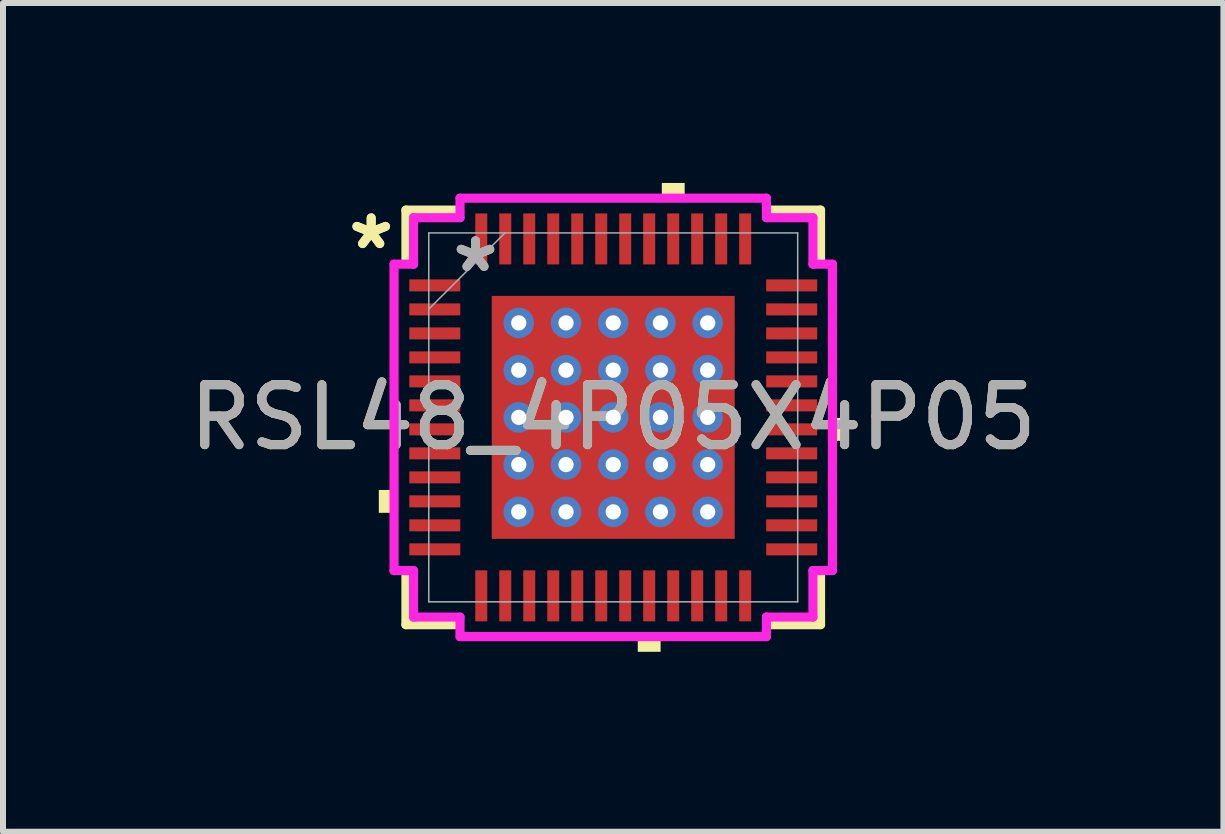
<source format=kicad_pcb>
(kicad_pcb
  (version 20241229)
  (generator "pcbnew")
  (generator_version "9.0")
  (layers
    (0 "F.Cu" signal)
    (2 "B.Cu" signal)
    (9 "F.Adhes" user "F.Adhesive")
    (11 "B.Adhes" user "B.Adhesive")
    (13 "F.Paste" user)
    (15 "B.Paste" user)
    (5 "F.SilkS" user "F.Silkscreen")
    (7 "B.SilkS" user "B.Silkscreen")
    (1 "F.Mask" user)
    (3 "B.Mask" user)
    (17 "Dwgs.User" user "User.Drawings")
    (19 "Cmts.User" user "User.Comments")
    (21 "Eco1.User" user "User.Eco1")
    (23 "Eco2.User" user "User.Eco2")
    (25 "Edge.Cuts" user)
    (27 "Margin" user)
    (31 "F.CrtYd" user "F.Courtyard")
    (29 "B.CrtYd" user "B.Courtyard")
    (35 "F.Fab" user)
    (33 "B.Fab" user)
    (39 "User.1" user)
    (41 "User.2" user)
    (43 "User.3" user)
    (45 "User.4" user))
  (footprint "RSL48_4P05X4P05"
    (layer "F.Cu")
    (at 7.173 3.908)
    (property "Reference" "RSL48_4P05X4P05" (at 0 0 0) (unlocked yes) (layer "F.SilkS") (effects (font (size 1 1) (thickness 0.15))))
    (attr smd)
    (fp_poly (pts (xy -2.088 -2.088) (xy -1.775 -2.088) (xy -1.775 2.088) (xy -2.088 2.088)) (stroke (width 0) (type solid)) (fill yes) (layer "F.Mask"))
    (fp_poly (pts (xy -2.088 -2.088) (xy 2.088 -2.088) (xy 2.088 -1.775) (xy -2.088 -1.775)) (stroke (width 0) (type solid)) (fill yes) (layer "F.Mask"))
    (fp_poly (pts (xy -2.088 -1.375) (xy 2.088 -1.375) (xy 2.088 -0.987) (xy -2.088 -0.987)) (stroke (width 0) (type solid)) (fill yes) (layer "F.Mask"))
    (fp_poly (pts (xy -2.088 -0.587) (xy 2.088 -0.587) (xy 2.088 -0.2) (xy -2.088 -0.2)) (stroke (width 0) (type solid)) (fill yes) (layer "F.Mask"))
    (fp_poly (pts (xy -2.088 0.2) (xy 2.088 0.2) (xy 2.088 0.587) (xy -2.088 0.587)) (stroke (width 0) (type solid)) (fill yes) (layer "F.Mask"))
    (fp_poly (pts (xy -2.088 0.987) (xy 2.088 0.987) (xy 2.088 1.375) (xy -2.088 1.375)) (stroke (width 0) (type solid)) (fill yes) (layer "F.Mask"))
    (fp_poly (pts (xy -2.088 1.775) (xy 2.088 1.775) (xy 2.088 2.088) (xy -2.088 2.088)) (stroke (width 0) (type solid)) (fill yes) (layer "F.Mask"))
    (fp_poly (pts (xy -0.987 -2.088) (xy -1.375 -2.088) (xy -1.375 2.088) (xy -0.987 2.088)) (stroke (width 0) (type solid)) (fill yes) (layer "F.Mask"))
    (fp_poly (pts (xy -0.2 -2.088) (xy -0.587 -2.088) (xy -0.587 2.088) (xy -0.2 2.088)) (stroke (width 0) (type solid)) (fill yes) (layer "F.Mask"))
    (fp_poly (pts (xy 0.587 -2.088) (xy 0.2 -2.088) (xy 0.2 2.088) (xy 0.587 2.088)) (stroke (width 0) (type solid)) (fill yes) (layer "F.Mask"))
    (fp_poly (pts (xy 1.375 -2.088) (xy 0.987 -2.088) (xy 0.987 2.088) (xy 1.375 2.088)) (stroke (width 0) (type solid)) (fill yes) (layer "F.Mask"))
    (fp_poly (pts (xy 1.775 -2.088) (xy 2.088 -2.088) (xy 2.088 2.088) (xy 1.775 2.088)) (stroke (width 0) (type solid)) (fill yes) (layer "F.Mask"))
    (fp_line (start -3.456 -3.456) (end -3.456 -2.628) (stroke (width 0.152) (type solid)) (layer "F.SilkS"))
    (fp_line (start -3.456 2.628) (end -3.456 3.456) (stroke (width 0.152) (type solid)) (layer "F.SilkS"))
    (fp_line (start -3.456 3.456) (end -2.628 3.456) (stroke (width 0.152) (type solid)) (layer "F.SilkS"))
    (fp_line (start -2.628 -3.456) (end -3.456 -3.456) (stroke (width 0.152) (type solid)) (layer "F.SilkS"))
    (fp_line (start 2.628 3.456) (end 3.456 3.456) (stroke (width 0.152) (type solid)) (layer "F.SilkS"))
    (fp_line (start 3.456 -3.456) (end 2.628 -3.456) (stroke (width 0.152) (type solid)) (layer "F.SilkS"))
    (fp_line (start 3.456 -2.628) (end 3.456 -3.456) (stroke (width 0.152) (type solid)) (layer "F.SilkS"))
    (fp_line (start 3.456 3.456) (end 3.456 2.628) (stroke (width 0.152) (type solid)) (layer "F.SilkS"))
    (fp_poly (pts (xy -3.908 1.21) (xy -3.908 1.591) (xy -3.654 1.591) (xy -3.654 1.21)) (stroke (width 0) (type solid)) (fill yes) (layer "F.SilkS"))
    (fp_poly (pts (xy 0.409 3.654) (xy 0.409 3.908) (xy 0.79 3.908) (xy 0.79 3.654)) (stroke (width 0) (type solid)) (fill yes) (layer "F.SilkS"))
    (fp_poly (pts (xy 0.81 -3.654) (xy 0.81 -3.908) (xy 1.191 -3.908) (xy 1.191 -3.654)) (stroke (width 0) (type solid)) (fill yes) (layer "F.SilkS"))
    (fp_poly (pts (xy 3.908 0.009) (xy 3.908 0.391) (xy 3.654 0.391) (xy 3.654 0.009)) (stroke (width 0) (type solid)) (fill yes) (layer "F.SilkS"))
    (fp_poly (pts (xy -1.95 -1.95) (xy -1.95 -1.675) (xy -1.816 -1.675) (xy -1.675 -1.816) (xy -1.675 -1.95)) (stroke (width 0) (type solid)) (fill yes) (layer "F.Paste"))
    (fp_poly (pts (xy -1.95 1.675) (xy -1.95 1.95) (xy -1.675 1.95) (xy -1.675 1.816) (xy -1.816 1.675)) (stroke (width 0) (type solid)) (fill yes) (layer "F.Paste"))
    (fp_poly (pts (xy 1.675 -1.95) (xy 1.675 -1.816) (xy 1.816 -1.675) (xy 1.95 -1.675) (xy 1.95 -1.95)) (stroke (width 0) (type solid)) (fill yes) (layer "F.Paste"))
    (fp_poly (pts (xy 1.816 1.675) (xy 1.675 1.816) (xy 1.675 1.95) (xy 1.95 1.95) (xy 1.95 1.675)) (stroke (width 0) (type solid)) (fill yes) (layer "F.Paste"))
    (fp_poly (pts (xy -1.95 -1.475) (xy -1.95 -0.887) (xy -1.816 -0.887) (xy -1.675 -1.029) (xy -1.675 -1.333) (xy -1.816 -1.475)) (stroke (width 0) (type solid)) (fill yes) (layer "F.Paste"))
    (fp_poly (pts (xy -1.95 -0.687) (xy -1.95 -0.1) (xy -1.816 -0.1) (xy -1.675 -0.241) (xy -1.675 -0.546) (xy -1.816 -0.687)) (stroke (width 0) (type solid)) (fill yes) (layer "F.Paste"))
    (fp_poly (pts (xy -1.95 0.1) (xy -1.95 0.687) (xy -1.816 0.687) (xy -1.675 0.546) (xy -1.675 0.241) (xy -1.816 0.1)) (stroke (width 0) (type solid)) (fill yes) (layer "F.Paste"))
    (fp_poly (pts (xy -1.95 0.887) (xy -1.95 1.475) (xy -1.816 1.475) (xy -1.675 1.333) (xy -1.675 1.029) (xy -1.816 0.887)) (stroke (width 0) (type solid)) (fill yes) (layer "F.Paste"))
    (fp_poly (pts (xy -1.475 -1.95) (xy -1.475 -1.816) (xy -1.333 -1.675) (xy -1.029 -1.675) (xy -0.887 -1.816) (xy -0.887 -1.95)) (stroke (width 0) (type solid)) (fill yes) (layer "F.Paste"))
    (fp_poly (pts (xy -1.333 1.675) (xy -1.475 1.816) (xy -1.475 1.95) (xy -0.887 1.95) (xy -0.887 1.816) (xy -1.029 1.675)) (stroke (width 0) (type solid)) (fill yes) (layer "F.Paste"))
    (fp_poly (pts (xy -0.687 -1.95) (xy -0.687 -1.816) (xy -0.546 -1.675) (xy -0.241 -1.675) (xy -0.1 -1.816) (xy -0.1 -1.95)) (stroke (width 0) (type solid)) (fill yes) (layer "F.Paste"))
    (fp_poly (pts (xy -0.546 1.675) (xy -0.687 1.816) (xy -0.687 1.95) (xy -0.1 1.95) (xy -0.1 1.816) (xy -0.241 1.675)) (stroke (width 0) (type solid)) (fill yes) (layer "F.Paste"))
    (fp_poly (pts (xy 0.1 -1.95) (xy 0.1 -1.816) (xy 0.241 -1.675) (xy 0.546 -1.675) (xy 0.687 -1.816) (xy 0.687 -1.95)) (stroke (width 0) (type solid)) (fill yes) (layer "F.Paste"))
    (fp_poly (pts (xy 0.241 1.675) (xy 0.1 1.816) (xy 0.1 1.95) (xy 0.687 1.95) (xy 0.687 1.816) (xy 0.546 1.675)) (stroke (width 0) (type solid)) (fill yes) (layer "F.Paste"))
    (fp_poly (pts (xy 0.887 -1.95) (xy 0.887 -1.816) (xy 1.029 -1.675) (xy 1.333 -1.675) (xy 1.475 -1.816) (xy 1.475 -1.95)) (stroke (width 0) (type solid)) (fill yes) (layer "F.Paste"))
    (fp_poly (pts (xy 1.029 1.675) (xy 0.887 1.816) (xy 0.887 1.95) (xy 1.475 1.95) (xy 1.475 1.816) (xy 1.333 1.675)) (stroke (width 0) (type solid)) (fill yes) (layer "F.Paste"))
    (fp_poly (pts (xy 1.816 -1.475) (xy 1.675 -1.333) (xy 1.675 -1.029) (xy 1.816 -0.887) (xy 1.95 -0.887) (xy 1.95 -1.475)) (stroke (width 0) (type solid)) (fill yes) (layer "F.Paste"))
    (fp_poly (pts (xy 1.816 -0.687) (xy 1.675 -0.546) (xy 1.675 -0.241) (xy 1.816 -0.1) (xy 1.95 -0.1) (xy 1.95 -0.687)) (stroke (width 0) (type solid)) (fill yes) (layer "F.Paste"))
    (fp_poly (pts (xy 1.816 0.1) (xy 1.675 0.241) (xy 1.675 0.546) (xy 1.816 0.687) (xy 1.95 0.687) (xy 1.95 0.1)) (stroke (width 0) (type solid)) (fill yes) (layer "F.Paste"))
    (fp_poly (pts (xy 1.816 0.887) (xy 1.675 1.029) (xy 1.675 1.333) (xy 1.816 1.475) (xy 1.95 1.475) (xy 1.95 0.887)) (stroke (width 0) (type solid)) (fill yes) (layer "F.Paste"))
    (fp_poly (pts (xy -1.333 -1.475) (xy -1.475 -1.333) (xy -1.475 -1.029) (xy -1.333 -0.887) (xy -1.029 -0.887) (xy -0.887 -1.029) (xy -0.887 -1.333) (xy -1.029 -1.475)) (stroke (width 0) (type solid)) (fill yes) (layer "F.Paste"))
    (fp_poly (pts (xy -1.333 -0.687) (xy -1.475 -0.546) (xy -1.475 -0.241) (xy -1.333 -0.1) (xy -1.029 -0.1) (xy -0.887 -0.241) (xy -0.887 -0.546) (xy -1.029 -0.687)) (stroke (width 0) (type solid)) (fill yes) (layer "F.Paste"))
    (fp_poly (pts (xy -1.333 0.1) (xy -1.475 0.241) (xy -1.475 0.546) (xy -1.333 0.687) (xy -1.029 0.687) (xy -0.887 0.546) (xy -0.887 0.241) (xy -1.029 0.1)) (stroke (width 0) (type solid)) (fill yes) (layer "F.Paste"))
    (fp_poly (pts (xy -1.333 0.887) (xy -1.475 1.029) (xy -1.475 1.333) (xy -1.333 1.475) (xy -1.029 1.475) (xy -0.887 1.333) (xy -0.887 1.029) (xy -1.029 0.887)) (stroke (width 0) (type solid)) (fill yes) (layer "F.Paste"))
    (fp_poly (pts (xy -0.546 -1.475) (xy -0.687 -1.333) (xy -0.687 -1.029) (xy -0.546 -0.887) (xy -0.241 -0.887) (xy -0.1 -1.029) (xy -0.1 -1.333) (xy -0.241 -1.475)) (stroke (width 0) (type solid)) (fill yes) (layer "F.Paste"))
    (fp_poly (pts (xy -0.546 -0.687) (xy -0.687 -0.546) (xy -0.687 -0.241) (xy -0.546 -0.1) (xy -0.241 -0.1) (xy -0.1 -0.241) (xy -0.1 -0.546) (xy -0.241 -0.687)) (stroke (width 0) (type solid)) (fill yes) (layer "F.Paste"))
    (fp_poly (pts (xy -0.546 0.1) (xy -0.687 0.241) (xy -0.687 0.546) (xy -0.546 0.687) (xy -0.241 0.687) (xy -0.1 0.546) (xy -0.1 0.241) (xy -0.241 0.1)) (stroke (width 0) (type solid)) (fill yes) (layer "F.Paste"))
    (fp_poly (pts (xy -0.546 0.887) (xy -0.687 1.029) (xy -0.687 1.333) (xy -0.546 1.475) (xy -0.241 1.475) (xy -0.1 1.333) (xy -0.1 1.029) (xy -0.241 0.887)) (stroke (width 0) (type solid)) (fill yes) (layer "F.Paste"))
    (fp_poly (pts (xy 0.241 -1.475) (xy 0.1 -1.333) (xy 0.1 -1.029) (xy 0.241 -0.887) (xy 0.546 -0.887) (xy 0.687 -1.029) (xy 0.687 -1.333) (xy 0.546 -1.475)) (stroke (width 0) (type solid)) (fill yes) (layer "F.Paste"))
    (fp_poly (pts (xy 0.241 -0.687) (xy 0.1 -0.546) (xy 0.1 -0.241) (xy 0.241 -0.1) (xy 0.546 -0.1) (xy 0.687 -0.241) (xy 0.687 -0.546) (xy 0.546 -0.687)) (stroke (width 0) (type solid)) (fill yes) (layer "F.Paste"))
    (fp_poly (pts (xy 0.241 0.1) (xy 0.1 0.241) (xy 0.1 0.546) (xy 0.241 0.687) (xy 0.546 0.687) (xy 0.687 0.546) (xy 0.687 0.241) (xy 0.546 0.1)) (stroke (width 0) (type solid)) (fill yes) (layer "F.Paste"))
    (fp_poly (pts (xy 0.241 0.887) (xy 0.1 1.029) (xy 0.1 1.333) (xy 0.241 1.475) (xy 0.546 1.475) (xy 0.687 1.333) (xy 0.687 1.029) (xy 0.546 0.887)) (stroke (width 0) (type solid)) (fill yes) (layer "F.Paste"))
    (fp_poly (pts (xy 1.029 -1.475) (xy 0.887 -1.333) (xy 0.887 -1.029) (xy 1.029 -0.887) (xy 1.333 -0.887) (xy 1.475 -1.029) (xy 1.475 -1.333) (xy 1.333 -1.475)) (stroke (width 0) (type solid)) (fill yes) (layer "F.Paste"))
    (fp_poly (pts (xy 1.029 -0.687) (xy 0.887 -0.546) (xy 0.887 -0.241) (xy 1.029 -0.1) (xy 1.333 -0.1) (xy 1.475 -0.241) (xy 1.475 -0.546) (xy 1.333 -0.687)) (stroke (width 0) (type solid)) (fill yes) (layer "F.Paste"))
    (fp_poly (pts (xy 1.029 0.1) (xy 0.887 0.241) (xy 0.887 0.546) (xy 1.029 0.687) (xy 1.333 0.687) (xy 1.475 0.546) (xy 1.475 0.241) (xy 1.333 0.1)) (stroke (width 0) (type solid)) (fill yes) (layer "F.Paste"))
    (fp_poly (pts (xy 1.029 0.887) (xy 0.887 1.029) (xy 0.887 1.333) (xy 1.029 1.475) (xy 1.333 1.475) (xy 1.475 1.333) (xy 1.475 1.029) (xy 1.333 0.887)) (stroke (width 0) (type solid)) (fill yes) (layer "F.Paste"))
    (fp_line (start -3.654 -2.554) (end -3.329 -2.554) (stroke (width 0.152) (type solid)) (layer "F.CrtYd"))
    (fp_line (start -3.654 2.554) (end -3.654 -2.554) (stroke (width 0.152) (type solid)) (layer "F.CrtYd"))
    (fp_line (start -3.329 -3.329) (end -2.554 -3.329) (stroke (width 0.152) (type solid)) (layer "F.CrtYd"))
    (fp_line (start -3.329 -2.554) (end -3.329 -3.329) (stroke (width 0.152) (type solid)) (layer "F.CrtYd"))
    (fp_line (start -3.329 2.554) (end -3.654 2.554) (stroke (width 0.152) (type solid)) (layer "F.CrtYd"))
    (fp_line (start -3.329 3.329) (end -3.329 2.554) (stroke (width 0.152) (type solid)) (layer "F.CrtYd"))
    (fp_line (start -2.554 -3.654) (end 2.554 -3.654) (stroke (width 0.152) (type solid)) (layer "F.CrtYd"))
    (fp_line (start -2.554 -3.329) (end -2.554 -3.654) (stroke (width 0.152) (type solid)) (layer "F.CrtYd"))
    (fp_line (start -2.554 3.329) (end -3.329 3.329) (stroke (width 0.152) (type solid)) (layer "F.CrtYd"))
    (fp_line (start -2.554 3.654) (end -2.554 3.329) (stroke (width 0.152) (type solid)) (layer "F.CrtYd"))
    (fp_line (start 2.554 -3.654) (end 2.554 -3.329) (stroke (width 0.152) (type solid)) (layer "F.CrtYd"))
    (fp_line (start 2.554 -3.329) (end 3.329 -3.329) (stroke (width 0.152) (type solid)) (layer "F.CrtYd"))
    (fp_line (start 2.554 3.329) (end 2.554 3.654) (stroke (width 0.152) (type solid)) (layer "F.CrtYd"))
    (fp_line (start 2.554 3.654) (end -2.554 3.654) (stroke (width 0.152) (type solid)) (layer "F.CrtYd"))
    (fp_line (start 3.329 -3.329) (end 3.329 -2.554) (stroke (width 0.152) (type solid)) (layer "F.CrtYd"))
    (fp_line (start 3.329 -2.554) (end 3.654 -2.554) (stroke (width 0.152) (type solid)) (layer "F.CrtYd"))
    (fp_line (start 3.329 2.554) (end 3.329 3.329) (stroke (width 0.152) (type solid)) (layer "F.CrtYd"))
    (fp_line (start 3.329 3.329) (end 2.554 3.329) (stroke (width 0.152) (type solid)) (layer "F.CrtYd"))
    (fp_line (start 3.654 -2.554) (end 3.654 2.554) (stroke (width 0.152) (type solid)) (layer "F.CrtYd"))
    (fp_line (start 3.654 2.554) (end 3.329 2.554) (stroke (width 0.152) (type solid)) (layer "F.CrtYd"))
    (fp_line (start -3.075 -3.075) (end -3.075 3.075) (stroke (width 0.025) (type solid)) (layer "F.Fab"))
    (fp_line (start -3.075 -1.805) (end -1.805 -3.075) (stroke (width 0.025) (type solid)) (layer "F.Fab"))
    (fp_line (start -3.075 3.075) (end 3.075 3.075) (stroke (width 0.025) (type solid)) (layer "F.Fab"))
    (fp_line (start 3.075 -3.075) (end -3.075 -3.075) (stroke (width 0.025) (type solid)) (layer "F.Fab"))
    (fp_line (start 3.075 3.075) (end 3.075 -3.075) (stroke (width 0.025) (type solid)) (layer "F.Fab"))
    (fp_text user "*" (at -4.035 -2.781 0) (layer "F.SilkS") (effects (font (size 1 1) (thickness 0.15))))
    (fp_text user "*" (at -4.035 -2.781 0) (unlocked yes) (layer "F.SilkS") (effects (font (size 1 1) (thickness 0.15))))
    (fp_text user "*" (at -2.296 -2.4 0) (unlocked yes) (layer "F.Fab") (effects (font (size 1 1) (thickness 0.15))))
    (fp_text user "*" (at -2.296 -2.4 0) (layer "F.Fab") (effects (font (size 1 1) (thickness 0.15))))
    (fp_text user "${REFERENCE}" (at 0 0 0) (unlocked yes) (layer "F.Fab") (effects (font (size 1 1) (thickness 0.15))))
    (pad "1" smd rect (at -2.975 -2.2 90) (size 0.2 0.85) (layers "F.Cu" "F.Mask" "F.Paste"))
    (pad "2" smd rect (at -2.975 -1.8 90) (size 0.2 0.85) (layers "F.Cu" "F.Mask" "F.Paste"))
    (pad "3" smd rect (at -2.975 -1.4 90) (size 0.2 0.85) (layers "F.Cu" "F.Mask" "F.Paste"))
    (pad "4" smd rect (at -2.975 -1 90) (size 0.2 0.85) (layers "F.Cu" "F.Mask" "F.Paste"))
    (pad "5" smd rect (at -2.975 -0.6 90) (size 0.2 0.85) (layers "F.Cu" "F.Mask" "F.Paste"))
    (pad "6" smd rect (at -2.975 -0.2 90) (size 0.2 0.85) (layers "F.Cu" "F.Mask" "F.Paste"))
    (pad "7" smd rect (at -2.975 0.2 90) (size 0.2 0.85) (layers "F.Cu" "F.Mask" "F.Paste"))
    (pad "8" smd rect (at -2.975 0.6 90) (size 0.2 0.85) (layers "F.Cu" "F.Mask" "F.Paste"))
    (pad "9" smd rect (at -2.975 1 90) (size 0.2 0.85) (layers "F.Cu" "F.Mask" "F.Paste"))
    (pad "10" smd rect (at -2.975 1.4 90) (size 0.2 0.85) (layers "F.Cu" "F.Mask" "F.Paste"))
    (pad "11" smd rect (at -2.975 1.8 90) (size 0.2 0.85) (layers "F.Cu" "F.Mask" "F.Paste"))
    (pad "12" smd rect (at -2.975 2.2 90) (size 0.2 0.85) (layers "F.Cu" "F.Mask" "F.Paste"))
    (pad "13" smd rect (at -2.2 2.975) (size 0.2 0.85) (layers "F.Cu" "F.Mask" "F.Paste"))
    (pad "14" smd rect (at -1.8 2.975) (size 0.2 0.85) (layers "F.Cu" "F.Mask" "F.Paste"))
    (pad "15" smd rect (at -1.4 2.975) (size 0.2 0.85) (layers "F.Cu" "F.Mask" "F.Paste"))
    (pad "16" smd rect (at -1 2.975) (size 0.2 0.85) (layers "F.Cu" "F.Mask" "F.Paste"))
    (pad "17" smd rect (at -0.6 2.975) (size 0.2 0.85) (layers "F.Cu" "F.Mask" "F.Paste"))
    (pad "18" smd rect (at -0.2 2.975) (size 0.2 0.85) (layers "F.Cu" "F.Mask" "F.Paste"))
    (pad "19" smd rect (at 0.2 2.975) (size 0.2 0.85) (layers "F.Cu" "F.Mask" "F.Paste"))
    (pad "20" smd rect (at 0.6 2.975) (size 0.2 0.85) (layers "F.Cu" "F.Mask" "F.Paste"))
    (pad "21" smd rect (at 1 2.975) (size 0.2 0.85) (layers "F.Cu" "F.Mask" "F.Paste"))
    (pad "22" smd rect (at 1.4 2.975) (size 0.2 0.85) (layers "F.Cu" "F.Mask" "F.Paste"))
    (pad "23" smd rect (at 1.8 2.975) (size 0.2 0.85) (layers "F.Cu" "F.Mask" "F.Paste"))
    (pad "24" smd rect (at 2.2 2.975) (size 0.2 0.85) (layers "F.Cu" "F.Mask" "F.Paste"))
    (pad "25" smd rect (at 2.975 2.2 90) (size 0.2 0.85) (layers "F.Cu" "F.Mask" "F.Paste"))
    (pad "26" smd rect (at 2.975 1.8 90) (size 0.2 0.85) (layers "F.Cu" "F.Mask" "F.Paste"))
    (pad "27" smd rect (at 2.975 1.4 90) (size 0.2 0.85) (layers "F.Cu" "F.Mask" "F.Paste"))
    (pad "28" smd rect (at 2.975 1 90) (size 0.2 0.85) (layers "F.Cu" "F.Mask" "F.Paste"))
    (pad "29" smd rect (at 2.975 0.6 90) (size 0.2 0.85) (layers "F.Cu" "F.Mask" "F.Paste"))
    (pad "30" smd rect (at 2.975 0.2 90) (size 0.2 0.85) (layers "F.Cu" "F.Mask" "F.Paste"))
    (pad "31" smd rect (at 2.975 -0.2 90) (size 0.2 0.85) (layers "F.Cu" "F.Mask" "F.Paste"))
    (pad "32" smd rect (at 2.975 -0.6 90) (size 0.2 0.85) (layers "F.Cu" "F.Mask" "F.Paste"))
    (pad "33" smd rect (at 2.975 -1 90) (size 0.2 0.85) (layers "F.Cu" "F.Mask" "F.Paste"))
    (pad "34" smd rect (at 2.975 -1.4 90) (size 0.2 0.85) (layers "F.Cu" "F.Mask" "F.Paste"))
    (pad "35" smd rect (at 2.975 -1.8 90) (size 0.2 0.85) (layers "F.Cu" "F.Mask" "F.Paste"))
    (pad "36" smd rect (at 2.975 -2.2 90) (size 0.2 0.85) (layers "F.Cu" "F.Mask" "F.Paste"))
    (pad "37" smd rect (at 2.2 -2.975) (size 0.2 0.85) (layers "F.Cu" "F.Mask" "F.Paste"))
    (pad "38" smd rect (at 1.8 -2.975) (size 0.2 0.85) (layers "F.Cu" "F.Mask" "F.Paste"))
    (pad "39" smd rect (at 1.4 -2.975) (size 0.2 0.85) (layers "F.Cu" "F.Mask" "F.Paste"))
    (pad "40" smd rect (at 1 -2.975) (size 0.2 0.85) (layers "F.Cu" "F.Mask" "F.Paste"))
    (pad "41" smd rect (at 0.6 -2.975) (size 0.2 0.85) (layers "F.Cu" "F.Mask" "F.Paste"))
    (pad "42" smd rect (at 0.2 -2.975) (size 0.2 0.85) (layers "F.Cu" "F.Mask" "F.Paste"))
    (pad "43" smd rect (at -0.2 -2.975) (size 0.2 0.85) (layers "F.Cu" "F.Mask" "F.Paste"))
    (pad "44" smd rect (at -0.6 -2.975) (size 0.2 0.85) (layers "F.Cu" "F.Mask" "F.Paste"))
    (pad "45" smd rect (at -1 -2.975) (size 0.2 0.85) (layers "F.Cu" "F.Mask" "F.Paste"))
    (pad "46" smd rect (at -1.4 -2.975) (size 0.2 0.85) (layers "F.Cu" "F.Mask" "F.Paste"))
    (pad "47" smd rect (at -1.8 -2.975) (size 0.2 0.85) (layers "F.Cu" "F.Mask" "F.Paste"))
    (pad "48" smd rect (at -2.2 -2.975) (size 0.2 0.85) (layers "F.Cu" "F.Mask" "F.Paste"))
    (pad "49" smd rect (at 0 0) (size 4.05 4.05) (layers "F.Cu"))
    (pad "V" thru_hole circle (at -1.575 -1.575) (size 0.508 0.508) (drill 0.254) (layers "*.Cu" "*.Mask"))
    (pad "V" thru_hole circle (at -1.575 -0.787) (size 0.508 0.508) (drill 0.254) (layers "*.Cu" "*.Mask"))
    (pad "V" thru_hole circle (at -1.575 0) (size 0.508 0.508) (drill 0.254) (layers "*.Cu" "*.Mask"))
    (pad "V" thru_hole circle (at -1.575 0.787) (size 0.508 0.508) (drill 0.254) (layers "*.Cu" "*.Mask"))
    (pad "V" thru_hole circle (at -1.575 1.575) (size 0.508 0.508) (drill 0.254) (layers "*.Cu" "*.Mask"))
    (pad "V" thru_hole circle (at -0.787 -1.575) (size 0.508 0.508) (drill 0.254) (layers "*.Cu" "*.Mask"))
    (pad "V" thru_hole circle (at -0.787 -0.787) (size 0.508 0.508) (drill 0.254) (layers "*.Cu" "*.Mask"))
    (pad "V" thru_hole circle (at -0.787 0) (size 0.508 0.508) (drill 0.254) (layers "*.Cu" "*.Mask"))
    (pad "V" thru_hole circle (at -0.787 0.787) (size 0.508 0.508) (drill 0.254) (layers "*.Cu" "*.Mask"))
    (pad "V" thru_hole circle (at -0.787 1.575) (size 0.508 0.508) (drill 0.254) (layers "*.Cu" "*.Mask"))
    (pad "V" thru_hole circle (at 0 -1.575) (size 0.508 0.508) (drill 0.254) (layers "*.Cu" "*.Mask"))
    (pad "V" thru_hole circle (at 0 -0.787) (size 0.508 0.508) (drill 0.254) (layers "*.Cu" "*.Mask"))
    (pad "V" thru_hole circle (at 0 0) (size 0.508 0.508) (drill 0.254) (layers "*.Cu" "*.Mask"))
    (pad "V" thru_hole circle (at 0 0.787) (size 0.508 0.508) (drill 0.254) (layers "*.Cu" "*.Mask"))
    (pad "V" thru_hole circle (at 0 1.575) (size 0.508 0.508) (drill 0.254) (layers "*.Cu" "*.Mask"))
    (pad "V" thru_hole circle (at 0.787 -1.575) (size 0.508 0.508) (drill 0.254) (layers "*.Cu" "*.Mask"))
    (pad "V" thru_hole circle (at 0.787 -0.787) (size 0.508 0.508) (drill 0.254) (layers "*.Cu" "*.Mask"))
    (pad "V" thru_hole circle (at 0.787 0) (size 0.508 0.508) (drill 0.254) (layers "*.Cu" "*.Mask"))
    (pad "V" thru_hole circle (at 0.787 0.787) (size 0.508 0.508) (drill 0.254) (layers "*.Cu" "*.Mask"))
    (pad "V" thru_hole circle (at 0.787 1.575) (size 0.508 0.508) (drill 0.254) (layers "*.Cu" "*.Mask"))
    (pad "V" thru_hole circle (at 1.575 -1.575) (size 0.508 0.508) (drill 0.254) (layers "*.Cu" "*.Mask"))
    (pad "V" thru_hole circle (at 1.575 -0.787) (size 0.508 0.508) (drill 0.254) (layers "*.Cu" "*.Mask"))
    (pad "V" thru_hole circle (at 1.575 0) (size 0.508 0.508) (drill 0.254) (layers "*.Cu" "*.Mask"))
    (pad "V" thru_hole circle (at 1.575 0.787) (size 0.508 0.508) (drill 0.254) (layers "*.Cu" "*.Mask"))
    (pad "V" thru_hole circle (at 1.575 1.575) (size 0.508 0.508) (drill 0.254) (layers "*.Cu" "*.Mask")))
  (gr_rect
    (start -3 -3)
    (end 17.345 10.816)
    (stroke (width 0.1) (type default))
    (fill no)
    (layer "Edge.Cuts")))
</source>
